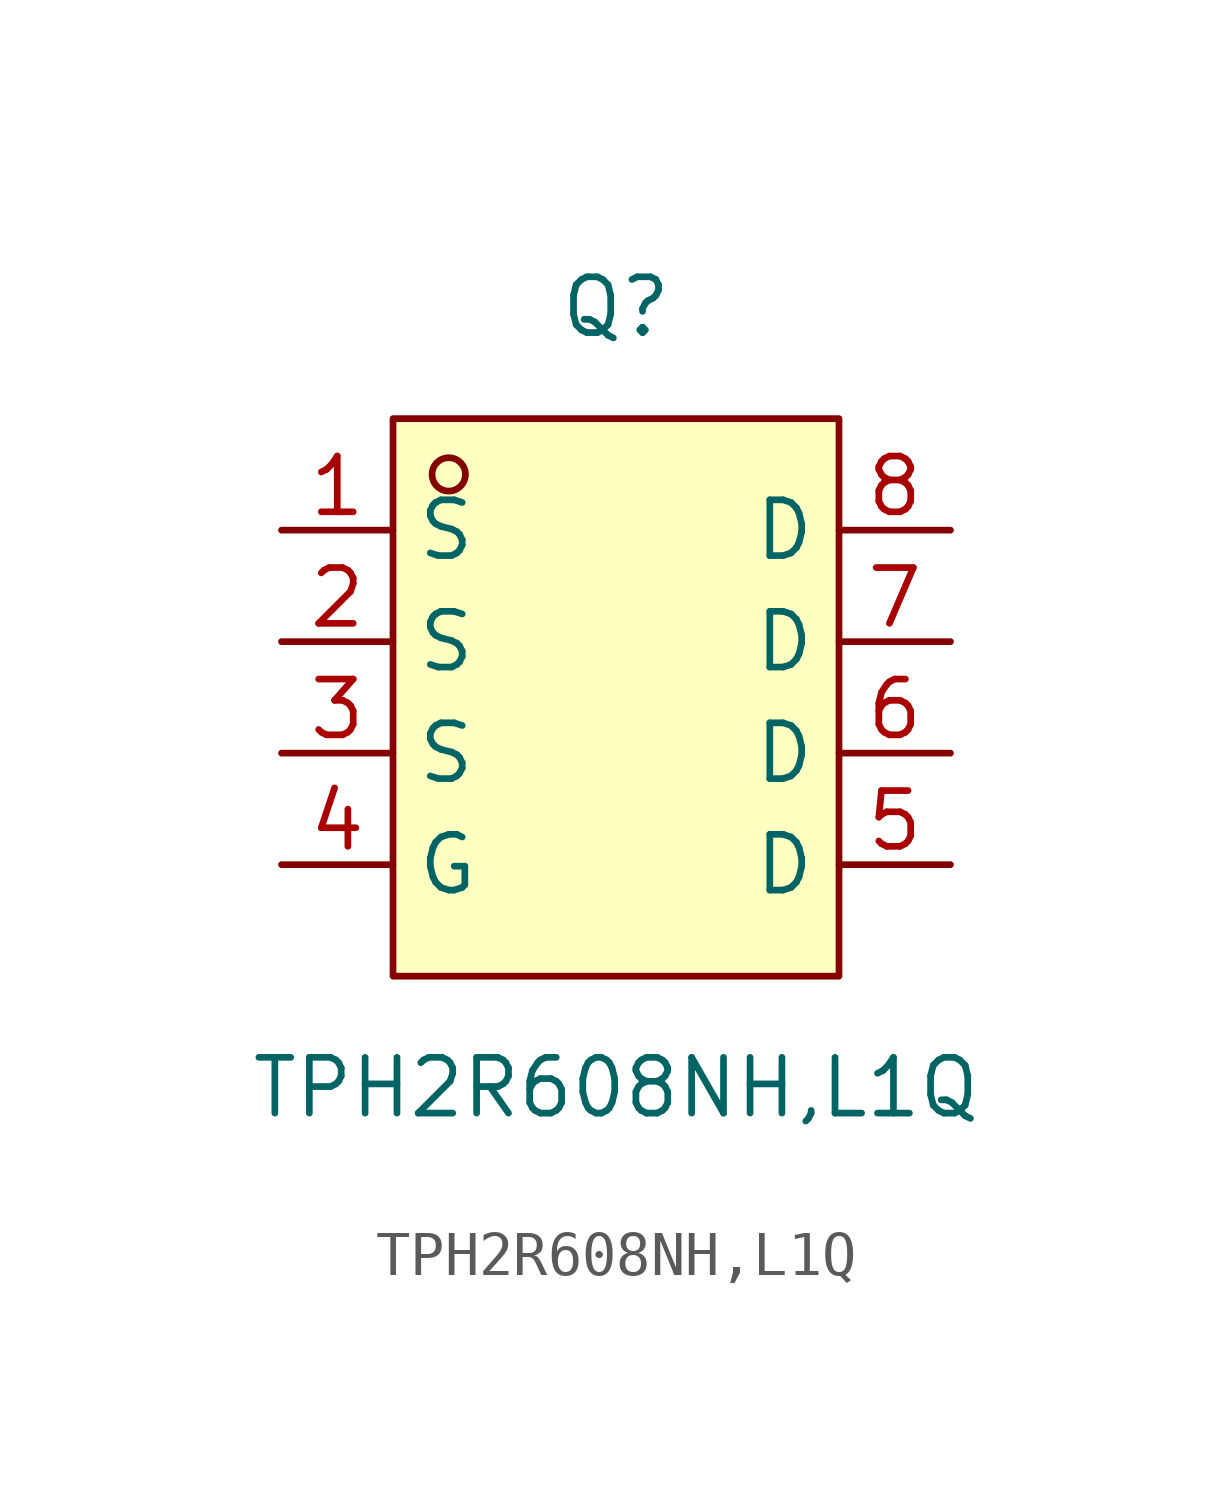
<source format=kicad_sym>
(kicad_symbol_lib
  (version 20220914)
  (generator https://github.com/uPesy/easyeda2kicad.py)
  (symbol "TPH2R608NH,L1Q"
    (property "Reference" "Q"
      (at 0 8.89 0)
      (effects (font (size 1.27 1.27))))
    (property "Value" "TPH2R608NH,L1Q"
      (at 0 -8.89 0)
      (effects (font (size 1.27 1.27))))
    (symbol "TPH2R608NH,L1Q_0_1"
      (rectangle (start -5.08 6.35) (end 5.08 -6.35) (stroke (width 0) (type default) (color 0 0 0 0)) (fill (type background)))
      (circle (center -3.81 5.08) (radius 0.38) (stroke (width 0) (type default) (color 0 0 0 0)) (fill (type none)))
      (pin unspecified line (at -7.62 3.81 0) (length 2.54) (name "S" (effects (font (size 1.27 1.27)))) (number "1" (effects (font (size 1.27 1.27)))))
      (pin unspecified line (at -7.62 1.27 0) (length 2.54) (name "S" (effects (font (size 1.27 1.27)))) (number "2" (effects (font (size 1.27 1.27)))))
      (pin unspecified line (at -7.62 -1.27 0) (length 2.54) (name "S" (effects (font (size 1.27 1.27)))) (number "3" (effects (font (size 1.27 1.27)))))
      (pin unspecified line (at -7.62 -3.81 0) (length 2.54) (name "G" (effects (font (size 1.27 1.27)))) (number "4" (effects (font (size 1.27 1.27)))))
      (pin unspecified line (at 7.62 -3.81 180) (length 2.54) (name "D" (effects (font (size 1.27 1.27)))) (number "5" (effects (font (size 1.27 1.27)))))
      (pin unspecified line (at 7.62 -1.27 180) (length 2.54) (name "D" (effects (font (size 1.27 1.27)))) (number "6" (effects (font (size 1.27 1.27)))))
      (pin unspecified line (at 7.62 1.27 180) (length 2.54) (name "D" (effects (font (size 1.27 1.27)))) (number "7" (effects (font (size 1.27 1.27)))))
      (pin unspecified line (at 7.62 3.81 180) (length 2.54) (name "D" (effects (font (size 1.27 1.27)))) (number "8" (effects (font (size 1.27 1.27))))))))
</source>
